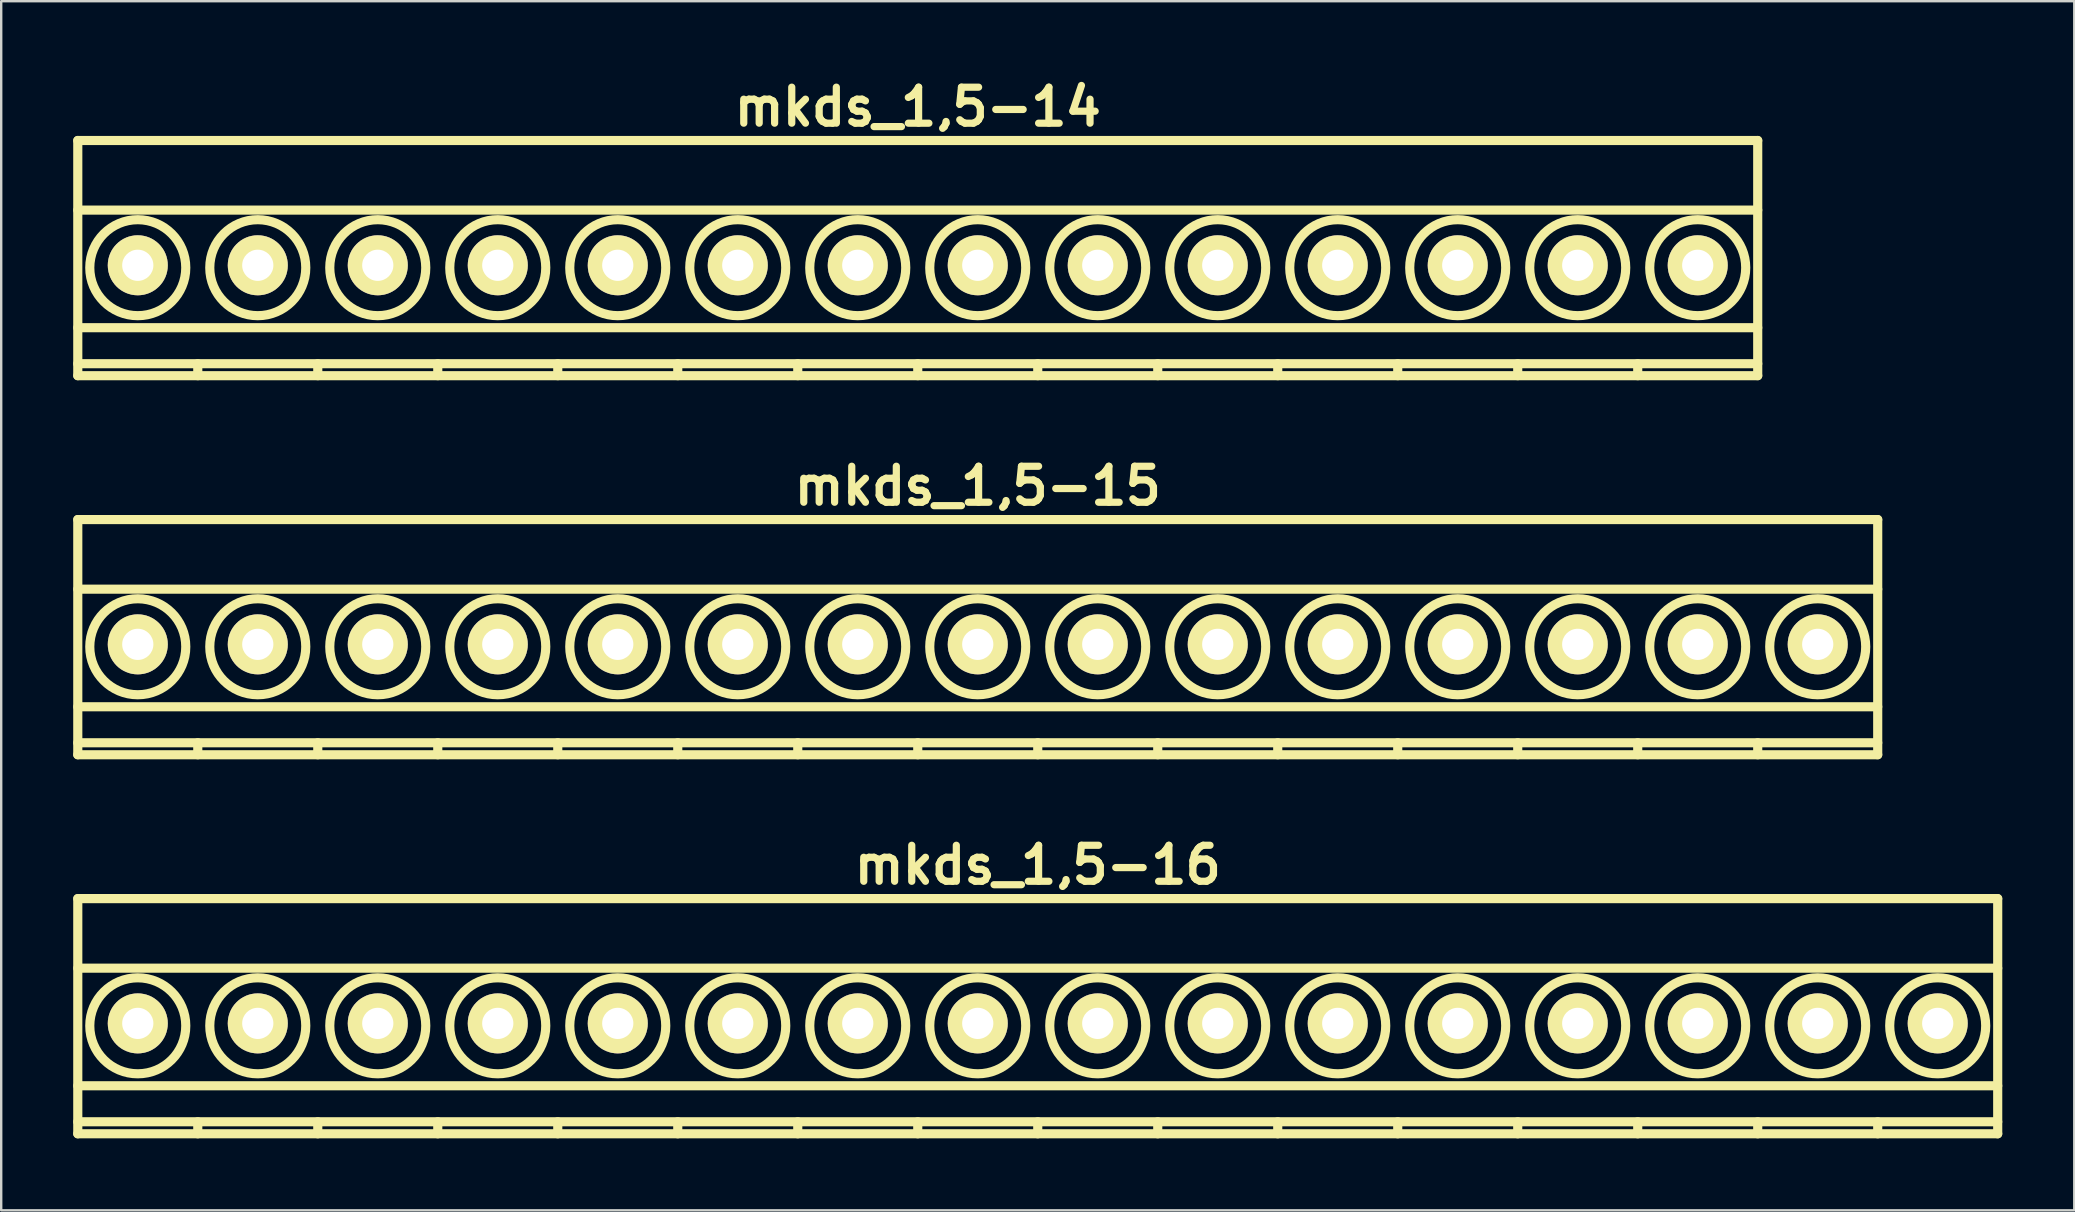
<source format=kicad_pcb>
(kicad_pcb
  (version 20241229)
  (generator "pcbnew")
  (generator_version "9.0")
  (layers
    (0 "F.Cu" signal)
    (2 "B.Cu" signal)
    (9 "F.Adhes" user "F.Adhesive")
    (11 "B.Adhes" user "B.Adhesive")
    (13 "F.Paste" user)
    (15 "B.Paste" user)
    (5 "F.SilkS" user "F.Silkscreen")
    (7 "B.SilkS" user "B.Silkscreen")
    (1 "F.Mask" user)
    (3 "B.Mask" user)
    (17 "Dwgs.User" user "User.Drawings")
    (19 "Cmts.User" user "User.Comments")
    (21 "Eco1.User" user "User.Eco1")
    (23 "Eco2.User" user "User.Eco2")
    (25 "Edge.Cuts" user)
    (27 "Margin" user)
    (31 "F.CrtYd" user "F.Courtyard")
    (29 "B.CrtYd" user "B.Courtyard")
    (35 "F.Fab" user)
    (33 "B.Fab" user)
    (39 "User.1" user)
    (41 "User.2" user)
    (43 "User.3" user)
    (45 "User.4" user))
  (footprint "mkds_1,5-15"
    (layer "F.Cu")
    (at 37.691 23.799)
    (property "Reference" "mkds_1,5-15" (at 0 -6.6 0) (layer "F.SilkS") (effects (font (size 1.5 1.5) (thickness 0.3))))
    (attr through_hole)
    (fp_line (start -37.5 -5.2) (end -37.5 4.6) (stroke (width 0.381) (type solid)) (layer "F.SilkS"))
    (fp_line (start -37.5 -2.3) (end 37.5 -2.3) (stroke (width 0.381) (type solid)) (layer "F.SilkS"))
    (fp_line (start -37.5 2.6) (end 37.5 2.6) (stroke (width 0.381) (type solid)) (layer "F.SilkS"))
    (fp_line (start -37.5 4.1) (end 37.5 4.1) (stroke (width 0.381) (type solid)) (layer "F.SilkS"))
    (fp_line (start -37.5 4.6) (end 37.5 4.6) (stroke (width 0.381) (type solid)) (layer "F.SilkS"))
    (fp_line (start -32.5 4.1) (end -32.5 4.6) (stroke (width 0.381) (type solid)) (layer "F.SilkS"))
    (fp_line (start -27.5 4.1) (end -27.5 4.6) (stroke (width 0.381) (type solid)) (layer "F.SilkS"))
    (fp_line (start -22.5 4.1) (end -22.5 4.6) (stroke (width 0.381) (type solid)) (layer "F.SilkS"))
    (fp_line (start -17.5 4.1) (end -17.5 4.6) (stroke (width 0.381) (type solid)) (layer "F.SilkS"))
    (fp_line (start -12.5 4.1) (end -12.5 4.6) (stroke (width 0.381) (type solid)) (layer "F.SilkS"))
    (fp_line (start -7.5 4.1) (end -7.5 4.6) (stroke (width 0.381) (type solid)) (layer "F.SilkS"))
    (fp_line (start -2.5 4.1) (end -2.5 4.6) (stroke (width 0.381) (type solid)) (layer "F.SilkS"))
    (fp_line (start 2.5 4.1) (end 2.5 4.6) (stroke (width 0.381) (type solid)) (layer "F.SilkS"))
    (fp_line (start 7.5 4.1) (end 7.5 4.6) (stroke (width 0.381) (type solid)) (layer "F.SilkS"))
    (fp_line (start 12.5 4.1) (end 12.5 4.6) (stroke (width 0.381) (type solid)) (layer "F.SilkS"))
    (fp_line (start 17.5 4.1) (end 17.5 4.6) (stroke (width 0.381) (type solid)) (layer "F.SilkS"))
    (fp_line (start 22.5 4.1) (end 22.5 4.6) (stroke (width 0.381) (type solid)) (layer "F.SilkS"))
    (fp_line (start 27.5 4.1) (end 27.5 4.6) (stroke (width 0.381) (type solid)) (layer "F.SilkS"))
    (fp_line (start 32.5 4.1) (end 32.5 4.6) (stroke (width 0.381) (type solid)) (layer "F.SilkS"))
    (fp_line (start 37.5 -5.2) (end -37.5 -5.2) (stroke (width 0.381) (type solid)) (layer "F.SilkS"))
    (fp_line (start 37.5 4.6) (end 37.5 -5.2) (stroke (width 0.381) (type solid)) (layer "F.SilkS"))
    (fp_circle (center -35 0.1) (end -33 0.1) (stroke (width 0.381) (type solid)) (fill no) (layer "F.SilkS"))
    (fp_circle (center -30 0.1) (end -32 0.1) (stroke (width 0.381) (type solid)) (fill no) (layer "F.SilkS"))
    (fp_circle (center -25 0.1) (end -27 0.1) (stroke (width 0.381) (type solid)) (fill no) (layer "F.SilkS"))
    (fp_circle (center -20 0.1) (end -22 0.1) (stroke (width 0.381) (type solid)) (fill no) (layer "F.SilkS"))
    (fp_circle (center -15 0.1) (end -17 0.1) (stroke (width 0.381) (type solid)) (fill no) (layer "F.SilkS"))
    (fp_circle (center -10 0.1) (end -12 0.1) (stroke (width 0.381) (type solid)) (fill no) (layer "F.SilkS"))
    (fp_circle (center -5 0.1) (end -7 0.1) (stroke (width 0.381) (type solid)) (fill no) (layer "F.SilkS"))
    (fp_circle (center 0 0.1) (end -2 0.1) (stroke (width 0.381) (type solid)) (fill no) (layer "F.SilkS"))
    (fp_circle (center 5 0.1) (end 3 0.1) (stroke (width 0.381) (type solid)) (fill no) (layer "F.SilkS"))
    (fp_circle (center 10 0.1) (end 8 0.1) (stroke (width 0.381) (type solid)) (fill no) (layer "F.SilkS"))
    (fp_circle (center 15 0.1) (end 13 0.1) (stroke (width 0.381) (type solid)) (fill no) (layer "F.SilkS"))
    (fp_circle (center 20 0.1) (end 18 0.1) (stroke (width 0.381) (type solid)) (fill no) (layer "F.SilkS"))
    (fp_circle (center 25 0.1) (end 23 0.1) (stroke (width 0.381) (type solid)) (fill no) (layer "F.SilkS"))
    (fp_circle (center 30 0.1) (end 28 0.1) (stroke (width 0.381) (type solid)) (fill no) (layer "F.SilkS"))
    (fp_circle (center 35 0.1) (end 33 0.1) (stroke (width 0.381) (type solid)) (fill no) (layer "F.SilkS"))
    (pad "1" thru_hole circle (at -35 0) (size 2.5 2.5) (drill 1.3) (layers "*.Cu" "*.Mask" "F.SilkS"))
    (pad "2" thru_hole circle (at -30 0) (size 2.5 2.5) (drill 1.3) (layers "*.Cu" "*.Mask" "F.SilkS"))
    (pad "3" thru_hole circle (at -25 0) (size 2.5 2.5) (drill 1.3) (layers "*.Cu" "*.Mask" "F.SilkS"))
    (pad "4" thru_hole circle (at -20 0) (size 2.5 2.5) (drill 1.3) (layers "*.Cu" "*.Mask" "F.SilkS"))
    (pad "5" thru_hole circle (at -15 0) (size 2.5 2.5) (drill 1.3) (layers "*.Cu" "*.Mask" "F.SilkS"))
    (pad "6" thru_hole circle (at -10 0) (size 2.5 2.5) (drill 1.3) (layers "*.Cu" "*.Mask" "F.SilkS"))
    (pad "7" thru_hole circle (at -5 0) (size 2.5 2.5) (drill 1.3) (layers "*.Cu" "*.Mask" "F.SilkS"))
    (pad "8" thru_hole circle (at 0 0) (size 2.5 2.5) (drill 1.3) (layers "*.Cu" "*.Mask" "F.SilkS"))
    (pad "9" thru_hole circle (at 5 0) (size 2.5 2.5) (drill 1.3) (layers "*.Cu" "*.Mask" "F.SilkS"))
    (pad "10" thru_hole circle (at 10 0) (size 2.5 2.5) (drill 1.3) (layers "*.Cu" "*.Mask" "F.SilkS"))
    (pad "11" thru_hole circle (at 15 0) (size 2.5 2.5) (drill 1.3) (layers "*.Cu" "*.Mask" "F.SilkS"))
    (pad "12" thru_hole circle (at 20 0) (size 2.5 2.5) (drill 1.3) (layers "*.Cu" "*.Mask" "F.SilkS"))
    (pad "13" thru_hole circle (at 25 0) (size 2.5 2.5) (drill 1.3) (layers "*.Cu" "*.Mask" "F.SilkS"))
    (pad "14" thru_hole circle (at 30 0) (size 2.5 2.5) (drill 1.3) (layers "*.Cu" "*.Mask" "F.SilkS"))
    (pad "15" thru_hole circle (at 35 0) (size 2.5 2.5) (drill 1.3) (layers "*.Cu" "*.Mask" "F.SilkS")))
  (footprint "mkds_1,5-14"
    (layer "F.Cu")
    (at 35.191 8.004)
    (property "Reference" "mkds_1,5-14" (at 0 -6.6 0) (layer "F.SilkS") (effects (font (size 1.5 1.5) (thickness 0.3))))
    (attr through_hole)
    (fp_line (start -35 -5.2) (end -35 4.6) (stroke (width 0.381) (type solid)) (layer "F.SilkS"))
    (fp_line (start -35 -2.3) (end 35 -2.3) (stroke (width 0.381) (type solid)) (layer "F.SilkS"))
    (fp_line (start -35 2.6) (end 35 2.6) (stroke (width 0.381) (type solid)) (layer "F.SilkS"))
    (fp_line (start -35 4.1) (end 35 4.1) (stroke (width 0.381) (type solid)) (layer "F.SilkS"))
    (fp_line (start -35 4.6) (end 35 4.6) (stroke (width 0.381) (type solid)) (layer "F.SilkS"))
    (fp_line (start -30 4.1) (end -30 4.6) (stroke (width 0.381) (type solid)) (layer "F.SilkS"))
    (fp_line (start -25 4.1) (end -25 4.6) (stroke (width 0.381) (type solid)) (layer "F.SilkS"))
    (fp_line (start -20 4.1) (end -20 4.6) (stroke (width 0.381) (type solid)) (layer "F.SilkS"))
    (fp_line (start -15 4.1) (end -15 4.6) (stroke (width 0.381) (type solid)) (layer "F.SilkS"))
    (fp_line (start -10 4.1) (end -10 4.6) (stroke (width 0.381) (type solid)) (layer "F.SilkS"))
    (fp_line (start -5 4.1) (end -5 4.6) (stroke (width 0.381) (type solid)) (layer "F.SilkS"))
    (fp_line (start 0 4.1) (end 0 4.6) (stroke (width 0.381) (type solid)) (layer "F.SilkS"))
    (fp_line (start 5 4.1) (end 5 4.6) (stroke (width 0.381) (type solid)) (layer "F.SilkS"))
    (fp_line (start 10 4.1) (end 10 4.6) (stroke (width 0.381) (type solid)) (layer "F.SilkS"))
    (fp_line (start 15 4.1) (end 15 4.6) (stroke (width 0.381) (type solid)) (layer "F.SilkS"))
    (fp_line (start 20 4.1) (end 20 4.6) (stroke (width 0.381) (type solid)) (layer "F.SilkS"))
    (fp_line (start 25 4.1) (end 25 4.6) (stroke (width 0.381) (type solid)) (layer "F.SilkS"))
    (fp_line (start 30 4.1) (end 30 4.6) (stroke (width 0.381) (type solid)) (layer "F.SilkS"))
    (fp_line (start 35 -5.2) (end -35 -5.2) (stroke (width 0.381) (type solid)) (layer "F.SilkS"))
    (fp_line (start 35 4.6) (end 35 -5.2) (stroke (width 0.381) (type solid)) (layer "F.SilkS"))
    (fp_circle (center -32.5 0.1) (end -30.5 0.1) (stroke (width 0.381) (type solid)) (fill no) (layer "F.SilkS"))
    (fp_circle (center -27.5 0.1) (end -29.5 0.1) (stroke (width 0.381) (type solid)) (fill no) (layer "F.SilkS"))
    (fp_circle (center -22.5 0.1) (end -24.5 0.1) (stroke (width 0.381) (type solid)) (fill no) (layer "F.SilkS"))
    (fp_circle (center -17.5 0.1) (end -19.5 0.1) (stroke (width 0.381) (type solid)) (fill no) (layer "F.SilkS"))
    (fp_circle (center -12.5 0.1) (end -14.5 0.1) (stroke (width 0.381) (type solid)) (fill no) (layer "F.SilkS"))
    (fp_circle (center -7.5 0.1) (end -9.5 0.1) (stroke (width 0.381) (type solid)) (fill no) (layer "F.SilkS"))
    (fp_circle (center -2.5 0.1) (end -4.5 0.1) (stroke (width 0.381) (type solid)) (fill no) (layer "F.SilkS"))
    (fp_circle (center 2.5 0.1) (end 0.5 0.1) (stroke (width 0.381) (type solid)) (fill no) (layer "F.SilkS"))
    (fp_circle (center 7.5 0.1) (end 5.5 0.1) (stroke (width 0.381) (type solid)) (fill no) (layer "F.SilkS"))
    (fp_circle (center 12.5 0.1) (end 10.5 0.1) (stroke (width 0.381) (type solid)) (fill no) (layer "F.SilkS"))
    (fp_circle (center 17.5 0.1) (end 15.5 0.1) (stroke (width 0.381) (type solid)) (fill no) (layer "F.SilkS"))
    (fp_circle (center 22.5 0.1) (end 20.5 0.1) (stroke (width 0.381) (type solid)) (fill no) (layer "F.SilkS"))
    (fp_circle (center 27.5 0.1) (end 25.5 0.1) (stroke (width 0.381) (type solid)) (fill no) (layer "F.SilkS"))
    (fp_circle (center 32.5 0.1) (end 30.5 0.1) (stroke (width 0.381) (type solid)) (fill no) (layer "F.SilkS"))
    (pad "1" thru_hole circle (at -32.5 0) (size 2.5 2.5) (drill 1.3) (layers "*.Cu" "*.Mask" "F.SilkS"))
    (pad "2" thru_hole circle (at -27.5 0) (size 2.5 2.5) (drill 1.3) (layers "*.Cu" "*.Mask" "F.SilkS"))
    (pad "3" thru_hole circle (at -22.5 0) (size 2.5 2.5) (drill 1.3) (layers "*.Cu" "*.Mask" "F.SilkS"))
    (pad "4" thru_hole circle (at -17.5 0) (size 2.5 2.5) (drill 1.3) (layers "*.Cu" "*.Mask" "F.SilkS"))
    (pad "5" thru_hole circle (at -12.5 0) (size 2.5 2.5) (drill 1.3) (layers "*.Cu" "*.Mask" "F.SilkS"))
    (pad "6" thru_hole circle (at -7.5 0) (size 2.5 2.5) (drill 1.3) (layers "*.Cu" "*.Mask" "F.SilkS"))
    (pad "7" thru_hole circle (at -2.5 0) (size 2.5 2.5) (drill 1.3) (layers "*.Cu" "*.Mask" "F.SilkS"))
    (pad "8" thru_hole circle (at 2.5 0) (size 2.5 2.5) (drill 1.3) (layers "*.Cu" "*.Mask" "F.SilkS"))
    (pad "9" thru_hole circle (at 7.5 0) (size 2.5 2.5) (drill 1.3) (layers "*.Cu" "*.Mask" "F.SilkS"))
    (pad "10" thru_hole circle (at 12.5 0) (size 2.5 2.5) (drill 1.3) (layers "*.Cu" "*.Mask" "F.SilkS"))
    (pad "11" thru_hole circle (at 17.5 0) (size 2.5 2.5) (drill 1.3) (layers "*.Cu" "*.Mask" "F.SilkS"))
    (pad "12" thru_hole circle (at 22.5 0) (size 2.5 2.5) (drill 1.3) (layers "*.Cu" "*.Mask" "F.SilkS"))
    (pad "13" thru_hole circle (at 27.5 0) (size 2.5 2.5) (drill 1.3) (layers "*.Cu" "*.Mask" "F.SilkS"))
    (pad "14" thru_hole circle (at 32.5 0) (size 2.5 2.5) (drill 1.3) (layers "*.Cu" "*.Mask" "F.SilkS")))
  (footprint "mkds_1,5-16"
    (layer "F.Cu")
    (at 40.191 39.593)
    (property "Reference" "mkds_1,5-16" (at 0 -6.6 0) (layer "F.SilkS") (effects (font (size 1.5 1.5) (thickness 0.3))))
    (attr through_hole)
    (fp_line (start -40 -5.2) (end -40 4.6) (stroke (width 0.381) (type solid)) (layer "F.SilkS"))
    (fp_line (start -40 -2.3) (end 40 -2.3) (stroke (width 0.381) (type solid)) (layer "F.SilkS"))
    (fp_line (start -40 2.6) (end 40 2.6) (stroke (width 0.381) (type solid)) (layer "F.SilkS"))
    (fp_line (start -40 4.1) (end 40 4.1) (stroke (width 0.381) (type solid)) (layer "F.SilkS"))
    (fp_line (start -40 4.6) (end 40 4.6) (stroke (width 0.381) (type solid)) (layer "F.SilkS"))
    (fp_line (start -35 4.1) (end -35 4.6) (stroke (width 0.381) (type solid)) (layer "F.SilkS"))
    (fp_line (start -30 4.1) (end -30 4.6) (stroke (width 0.381) (type solid)) (layer "F.SilkS"))
    (fp_line (start -25 4.1) (end -25 4.6) (stroke (width 0.381) (type solid)) (layer "F.SilkS"))
    (fp_line (start -20 4.1) (end -20 4.6) (stroke (width 0.381) (type solid)) (layer "F.SilkS"))
    (fp_line (start -15 4.1) (end -15 4.6) (stroke (width 0.381) (type solid)) (layer "F.SilkS"))
    (fp_line (start -10 4.1) (end -10 4.6) (stroke (width 0.381) (type solid)) (layer "F.SilkS"))
    (fp_line (start -5 4.1) (end -5 4.6) (stroke (width 0.381) (type solid)) (layer "F.SilkS"))
    (fp_line (start 0 4.1) (end 0 4.6) (stroke (width 0.381) (type solid)) (layer "F.SilkS"))
    (fp_line (start 5 4.1) (end 5 4.6) (stroke (width 0.381) (type solid)) (layer "F.SilkS"))
    (fp_line (start 10 4.1) (end 10 4.6) (stroke (width 0.381) (type solid)) (layer "F.SilkS"))
    (fp_line (start 15 4.1) (end 15 4.6) (stroke (width 0.381) (type solid)) (layer "F.SilkS"))
    (fp_line (start 20 4.1) (end 20 4.6) (stroke (width 0.381) (type solid)) (layer "F.SilkS"))
    (fp_line (start 25 4.1) (end 25 4.6) (stroke (width 0.381) (type solid)) (layer "F.SilkS"))
    (fp_line (start 30 4.1) (end 30 4.6) (stroke (width 0.381) (type solid)) (layer "F.SilkS"))
    (fp_line (start 35 4.1) (end 35 4.6) (stroke (width 0.381) (type solid)) (layer "F.SilkS"))
    (fp_line (start 40 -5.2) (end -40 -5.2) (stroke (width 0.381) (type solid)) (layer "F.SilkS"))
    (fp_line (start 40 4.6) (end 40 -5.2) (stroke (width 0.381) (type solid)) (layer "F.SilkS"))
    (fp_circle (center -37.5 0.1) (end -35.5 0.1) (stroke (width 0.381) (type solid)) (fill no) (layer "F.SilkS"))
    (fp_circle (center -32.5 0.1) (end -34.5 0.1) (stroke (width 0.381) (type solid)) (fill no) (layer "F.SilkS"))
    (fp_circle (center -27.5 0.1) (end -29.5 0.1) (stroke (width 0.381) (type solid)) (fill no) (layer "F.SilkS"))
    (fp_circle (center -22.5 0.1) (end -24.5 0.1) (stroke (width 0.381) (type solid)) (fill no) (layer "F.SilkS"))
    (fp_circle (center -17.5 0.1) (end -19.5 0.1) (stroke (width 0.381) (type solid)) (fill no) (layer "F.SilkS"))
    (fp_circle (center -12.5 0.1) (end -14.5 0.1) (stroke (width 0.381) (type solid)) (fill no) (layer "F.SilkS"))
    (fp_circle (center -7.5 0.1) (end -9.5 0.1) (stroke (width 0.381) (type solid)) (fill no) (layer "F.SilkS"))
    (fp_circle (center -2.5 0.1) (end -4.5 0.1) (stroke (width 0.381) (type solid)) (fill no) (layer "F.SilkS"))
    (fp_circle (center 2.5 0.1) (end 0.5 0.1) (stroke (width 0.381) (type solid)) (fill no) (layer "F.SilkS"))
    (fp_circle (center 7.5 0.1) (end 5.5 0.1) (stroke (width 0.381) (type solid)) (fill no) (layer "F.SilkS"))
    (fp_circle (center 12.5 0.1) (end 10.5 0.1) (stroke (width 0.381) (type solid)) (fill no) (layer "F.SilkS"))
    (fp_circle (center 17.5 0.1) (end 15.5 0.1) (stroke (width 0.381) (type solid)) (fill no) (layer "F.SilkS"))
    (fp_circle (center 22.5 0.1) (end 20.5 0.1) (stroke (width 0.381) (type solid)) (fill no) (layer "F.SilkS"))
    (fp_circle (center 27.5 0.1) (end 25.5 0.1) (stroke (width 0.381) (type solid)) (fill no) (layer "F.SilkS"))
    (fp_circle (center 32.5 0.1) (end 30.5 0.1) (stroke (width 0.381) (type solid)) (fill no) (layer "F.SilkS"))
    (fp_circle (center 37.5 0.1) (end 35.5 0.1) (stroke (width 0.381) (type solid)) (fill no) (layer "F.SilkS"))
    (pad "1" thru_hole circle (at -37.5 0) (size 2.5 2.5) (drill 1.3) (layers "*.Cu" "*.Mask" "F.SilkS"))
    (pad "2" thru_hole circle (at -32.5 0) (size 2.5 2.5) (drill 1.3) (layers "*.Cu" "*.Mask" "F.SilkS"))
    (pad "3" thru_hole circle (at -27.5 0) (size 2.5 2.5) (drill 1.3) (layers "*.Cu" "*.Mask" "F.SilkS"))
    (pad "4" thru_hole circle (at -22.5 0) (size 2.5 2.5) (drill 1.3) (layers "*.Cu" "*.Mask" "F.SilkS"))
    (pad "5" thru_hole circle (at -17.5 0) (size 2.5 2.5) (drill 1.3) (layers "*.Cu" "*.Mask" "F.SilkS"))
    (pad "6" thru_hole circle (at -12.5 0) (size 2.5 2.5) (drill 1.3) (layers "*.Cu" "*.Mask" "F.SilkS"))
    (pad "7" thru_hole circle (at -7.5 0) (size 2.5 2.5) (drill 1.3) (layers "*.Cu" "*.Mask" "F.SilkS"))
    (pad "8" thru_hole circle (at -2.5 0) (size 2.5 2.5) (drill 1.3) (layers "*.Cu" "*.Mask" "F.SilkS"))
    (pad "9" thru_hole circle (at 2.5 0) (size 2.5 2.5) (drill 1.3) (layers "*.Cu" "*.Mask" "F.SilkS"))
    (pad "10" thru_hole circle (at 7.5 0) (size 2.5 2.5) (drill 1.3) (layers "*.Cu" "*.Mask" "F.SilkS"))
    (pad "11" thru_hole circle (at 12.5 0) (size 2.5 2.5) (drill 1.3) (layers "*.Cu" "*.Mask" "F.SilkS"))
    (pad "12" thru_hole circle (at 17.5 0) (size 2.5 2.5) (drill 1.3) (layers "*.Cu" "*.Mask" "F.SilkS"))
    (pad "13" thru_hole circle (at 22.5 0) (size 2.5 2.5) (drill 1.3) (layers "*.Cu" "*.Mask" "F.SilkS"))
    (pad "14" thru_hole circle (at 27.5 0) (size 2.5 2.5) (drill 1.3) (layers "*.Cu" "*.Mask" "F.SilkS"))
    (pad "15" thru_hole circle (at 32.5 0) (size 2.5 2.5) (drill 1.3) (layers "*.Cu" "*.Mask" "F.SilkS"))
    (pad "16" thru_hole circle (at 37.5 0) (size 2.5 2.5) (drill 1.3) (layers "*.Cu" "*.Mask" "F.SilkS")))
  (gr_rect
    (start -3 -3)
    (end 83.381 47.383)
    (stroke (width 0.1) (type default))
    (fill no)
    (layer "Edge.Cuts")))
</source>
